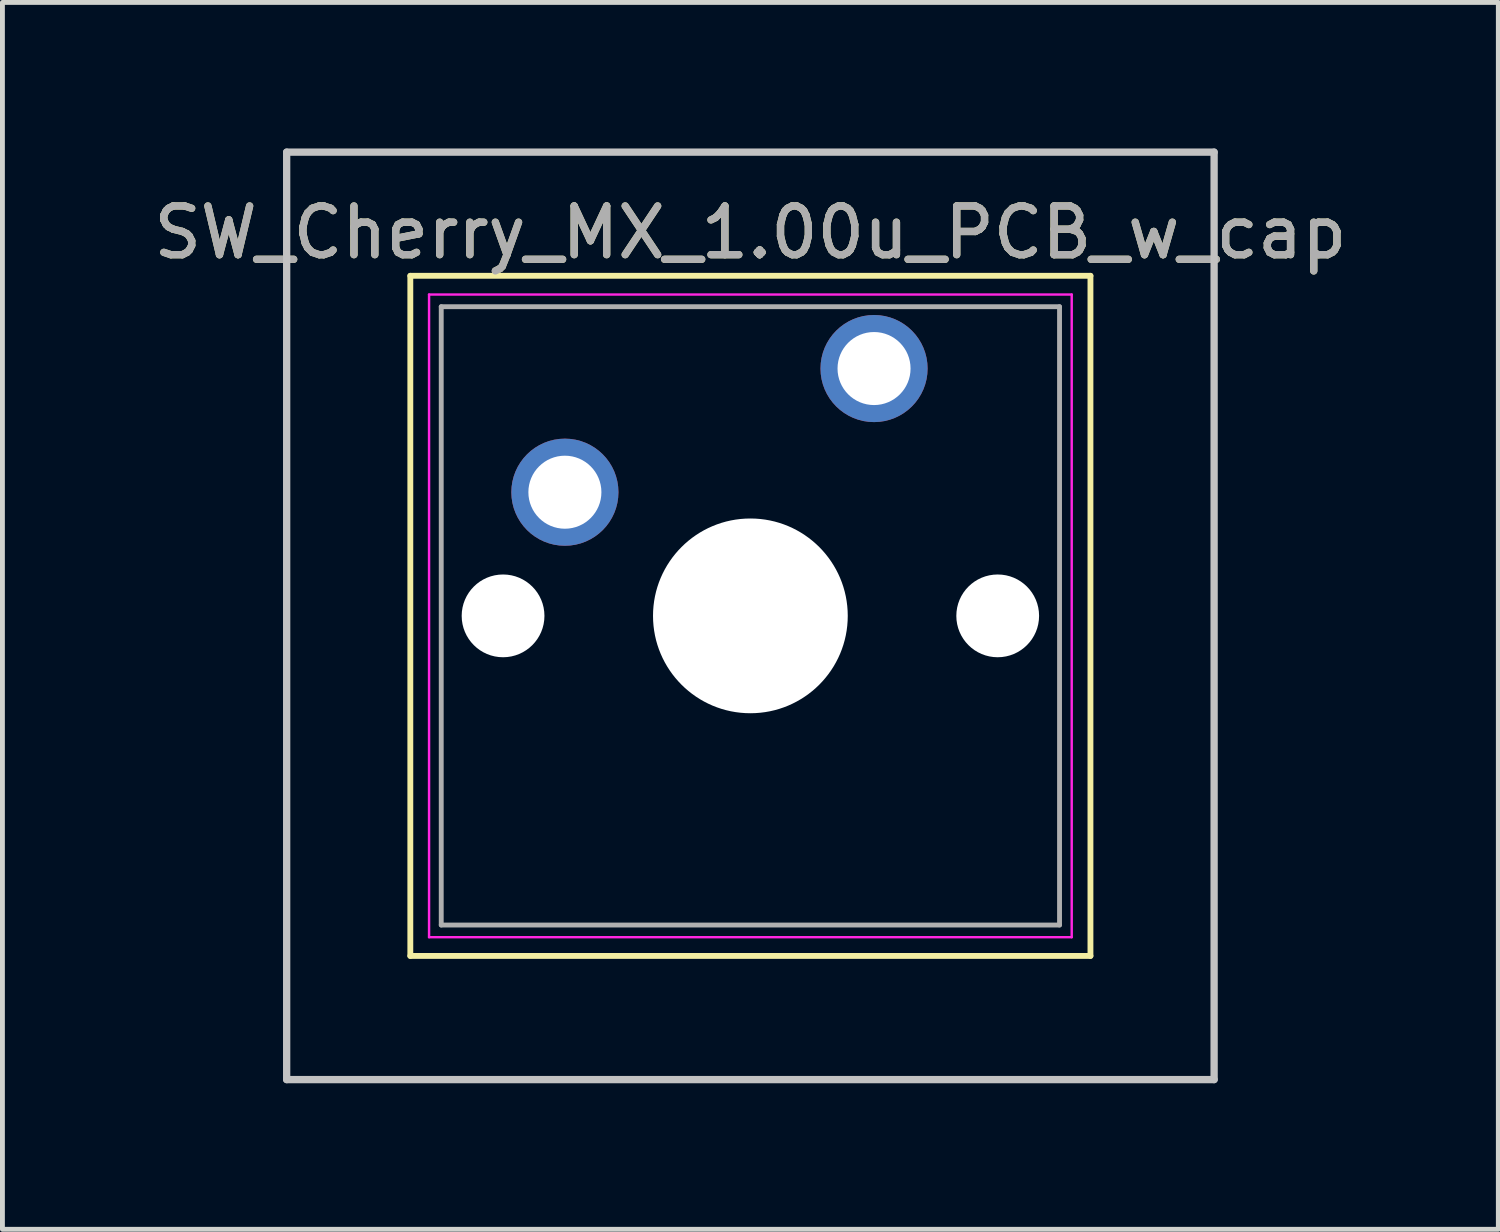
<source format=kicad_pcb>
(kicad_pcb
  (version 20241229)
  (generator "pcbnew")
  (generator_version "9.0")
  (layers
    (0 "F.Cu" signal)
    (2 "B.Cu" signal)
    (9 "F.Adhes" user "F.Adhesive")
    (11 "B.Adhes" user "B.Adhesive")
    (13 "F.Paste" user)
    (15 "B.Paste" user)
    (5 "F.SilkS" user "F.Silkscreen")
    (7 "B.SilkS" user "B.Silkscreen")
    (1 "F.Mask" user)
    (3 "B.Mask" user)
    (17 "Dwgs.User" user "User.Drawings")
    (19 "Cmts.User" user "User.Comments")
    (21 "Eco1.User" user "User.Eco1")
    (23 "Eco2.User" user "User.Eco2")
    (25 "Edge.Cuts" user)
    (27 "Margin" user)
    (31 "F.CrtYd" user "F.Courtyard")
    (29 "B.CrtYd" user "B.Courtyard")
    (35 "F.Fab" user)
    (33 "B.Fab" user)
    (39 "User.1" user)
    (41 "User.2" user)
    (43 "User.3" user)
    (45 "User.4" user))
  (footprint "SW_Cherry_MX_1.00u_PCB_w_cap"
    (layer "F.Cu")
    (at 14.903 4.52)
    (property "Reference" "SW_Cherry_MX_1.00u_PCB_w_cap" (at -2.54 -2.794 0) (layer "F.SilkS") (effects (font (size 1 1) (thickness 0.15))))
    (attr through_hole)
    (fp_line (start -9.525 -1.905) (end 4.445 -1.905) (stroke (width 0.12) (type solid)) (layer "F.SilkS"))
    (fp_line (start -9.525 12.065) (end -9.525 -1.905) (stroke (width 0.12) (type solid)) (layer "F.SilkS"))
    (fp_line (start 4.445 -1.905) (end 4.445 12.065) (stroke (width 0.12) (type solid)) (layer "F.SilkS"))
    (fp_line (start 4.445 12.065) (end -9.525 12.065) (stroke (width 0.12) (type solid)) (layer "F.SilkS"))
    (fp_line (start -12.065 -4.445) (end 6.985 -4.445) (stroke (width 0.15) (type solid)) (layer "Dwgs.User"))
    (fp_line (start -12.065 14.605) (end -12.065 -4.445) (stroke (width 0.15) (type solid)) (layer "Dwgs.User"))
    (fp_line (start 6.985 -4.445) (end 6.985 14.605) (stroke (width 0.15) (type solid)) (layer "Dwgs.User"))
    (fp_line (start 6.985 14.605) (end -12.065 14.605) (stroke (width 0.15) (type solid)) (layer "Dwgs.User"))
    (fp_line (start -9.14 -1.52) (end 4.06 -1.52) (stroke (width 0.05) (type solid)) (layer "F.CrtYd"))
    (fp_line (start -9.14 11.68) (end -9.14 -1.52) (stroke (width 0.05) (type solid)) (layer "F.CrtYd"))
    (fp_line (start 4.06 -1.52) (end 4.06 11.68) (stroke (width 0.05) (type solid)) (layer "F.CrtYd"))
    (fp_line (start 4.06 11.68) (end -9.14 11.68) (stroke (width 0.05) (type solid)) (layer "F.CrtYd"))
    (fp_line (start -8.89 -1.27) (end 3.81 -1.27) (stroke (width 0.1) (type solid)) (layer "F.Fab"))
    (fp_line (start -8.89 11.43) (end -8.89 -1.27) (stroke (width 0.1) (type solid)) (layer "F.Fab"))
    (fp_line (start 3.81 -1.27) (end 3.81 11.43) (stroke (width 0.1) (type solid)) (layer "F.Fab"))
    (fp_line (start 3.81 11.43) (end -8.89 11.43) (stroke (width 0.1) (type solid)) (layer "F.Fab"))
    (fp_text user "${REFERENCE}" (at -2.54 -2.794 0) (layer "F.Fab") (effects (font (size 1 1) (thickness 0.15))))
    (pad "" np_thru_hole circle (at -7.62 5.08) (size 1.7 1.7) (drill 1.7) (layers "*.Cu" "*.Mask"))
    (pad "" np_thru_hole circle (at -2.54 5.08) (size 4 4) (drill 4) (layers "*.Cu" "*.Mask"))
    (pad "" np_thru_hole circle (at 2.54 5.08) (size 1.7 1.7) (drill 1.7) (layers "*.Cu" "*.Mask"))
    (pad "1" thru_hole circle (at 0 0) (size 2.2 2.2) (drill 1.5) (layers "*.Cu" "*.Mask"))
    (pad "2" thru_hole circle (at -6.35 2.54) (size 2.2 2.2) (drill 1.5) (layers "*.Cu" "*.Mask")))
  (gr_rect
    (start -3 -3)
    (end 27.726 22.2)
    (stroke (width 0.1) (type default))
    (fill no)
    (layer "Edge.Cuts")))
</source>
